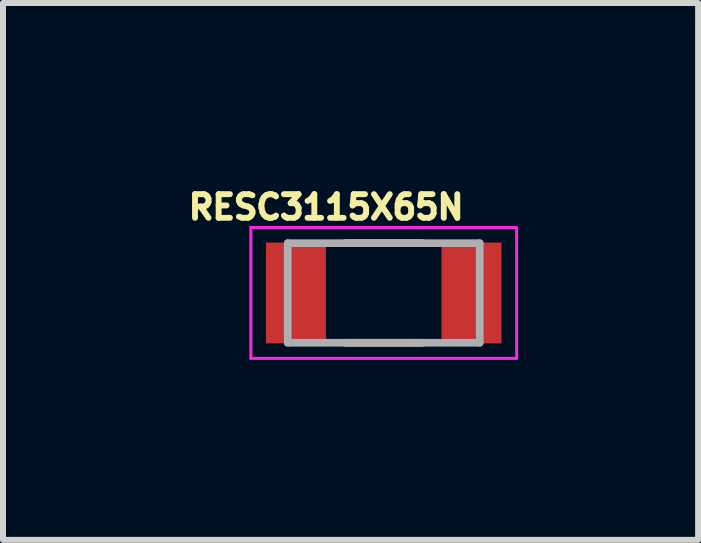
<source format=kicad_pcb>
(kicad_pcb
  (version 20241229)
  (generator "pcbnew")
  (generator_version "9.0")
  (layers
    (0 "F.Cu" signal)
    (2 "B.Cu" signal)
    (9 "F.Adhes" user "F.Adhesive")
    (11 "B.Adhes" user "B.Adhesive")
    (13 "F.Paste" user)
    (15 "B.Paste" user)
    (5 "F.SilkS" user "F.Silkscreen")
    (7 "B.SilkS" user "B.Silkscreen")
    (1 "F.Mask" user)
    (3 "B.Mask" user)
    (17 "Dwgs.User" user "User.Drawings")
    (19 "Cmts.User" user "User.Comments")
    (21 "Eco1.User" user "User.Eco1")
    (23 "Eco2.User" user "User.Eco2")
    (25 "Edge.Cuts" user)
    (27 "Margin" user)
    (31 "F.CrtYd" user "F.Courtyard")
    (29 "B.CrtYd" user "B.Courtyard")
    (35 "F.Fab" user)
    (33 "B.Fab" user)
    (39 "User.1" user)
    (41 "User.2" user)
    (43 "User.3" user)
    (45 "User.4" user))
  (footprint "RESC3115X65N"
    (layer "F.Cu")
    (at 3.346 1.833)
    (property "Reference" "RESC3115X65N" (at -0.96 -1.43 0) (layer "F.SilkS") (effects (font (size 0.394 0.394) (thickness 0.15))))
    (attr smd)
    (fp_line (start -0.64 -0.83) (end 0.64 -0.83) (stroke (width 0.127) (type solid)) (layer "F.SilkS"))
    (fp_line (start -0.64 0.83) (end 0.64 0.83) (stroke (width 0.127) (type solid)) (layer "F.SilkS"))
    (fp_line (start -2.215 -1.09) (end 2.215 -1.09) (stroke (width 0.05) (type solid)) (layer "F.CrtYd"))
    (fp_line (start -2.215 1.09) (end -2.215 -1.09) (stroke (width 0.05) (type solid)) (layer "F.CrtYd"))
    (fp_line (start -2.215 1.09) (end 2.215 1.09) (stroke (width 0.05) (type solid)) (layer "F.CrtYd"))
    (fp_line (start 2.215 1.09) (end 2.215 -1.09) (stroke (width 0.05) (type solid)) (layer "F.CrtYd"))
    (fp_line (start -1.6 0.83) (end -1.6 -0.83) (stroke (width 0.127) (type solid)) (layer "F.Fab"))
    (fp_line (start 1.6 -0.83) (end -1.6 -0.83) (stroke (width 0.127) (type solid)) (layer "F.Fab"))
    (fp_line (start 1.6 0.83) (end -1.6 0.83) (stroke (width 0.127) (type solid)) (layer "F.Fab"))
    (fp_line (start 1.6 0.83) (end 1.6 -0.83) (stroke (width 0.127) (type solid)) (layer "F.Fab"))
    (pad "1" smd rect (at -1.463 0) (size 1 1.68) (layers "F.Cu" "F.Mask" "F.Paste"))
    (pad "2" smd rect (at 1.463 0) (size 1 1.68) (layers "F.Cu" "F.Mask" "F.Paste")))
  (gr_rect
    (start -3 -3)
    (end 8.586 5.948)
    (stroke (width 0.1) (type default))
    (fill no)
    (layer "Edge.Cuts")))
</source>
